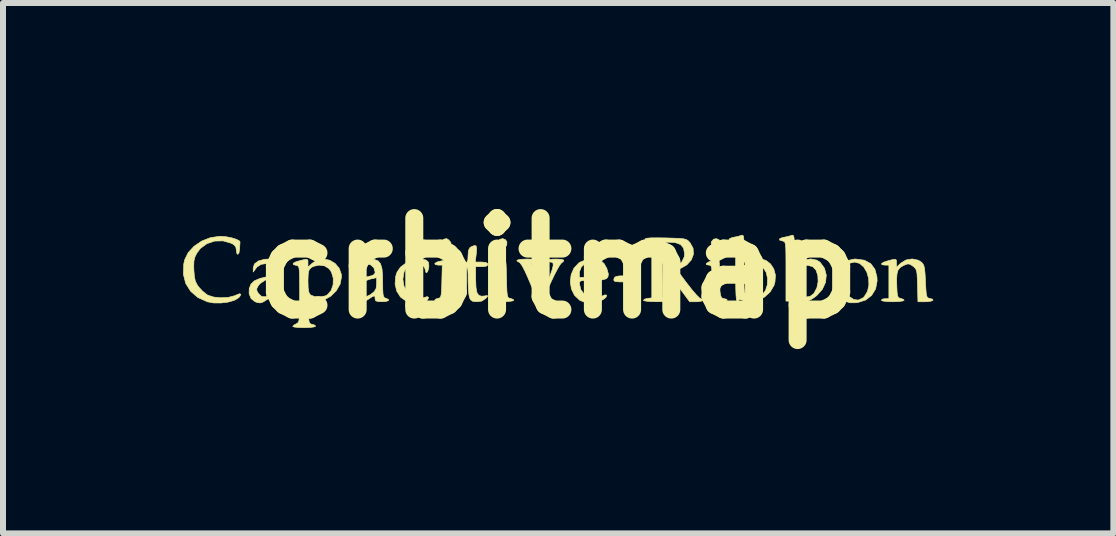
<source format=kicad_pcb>
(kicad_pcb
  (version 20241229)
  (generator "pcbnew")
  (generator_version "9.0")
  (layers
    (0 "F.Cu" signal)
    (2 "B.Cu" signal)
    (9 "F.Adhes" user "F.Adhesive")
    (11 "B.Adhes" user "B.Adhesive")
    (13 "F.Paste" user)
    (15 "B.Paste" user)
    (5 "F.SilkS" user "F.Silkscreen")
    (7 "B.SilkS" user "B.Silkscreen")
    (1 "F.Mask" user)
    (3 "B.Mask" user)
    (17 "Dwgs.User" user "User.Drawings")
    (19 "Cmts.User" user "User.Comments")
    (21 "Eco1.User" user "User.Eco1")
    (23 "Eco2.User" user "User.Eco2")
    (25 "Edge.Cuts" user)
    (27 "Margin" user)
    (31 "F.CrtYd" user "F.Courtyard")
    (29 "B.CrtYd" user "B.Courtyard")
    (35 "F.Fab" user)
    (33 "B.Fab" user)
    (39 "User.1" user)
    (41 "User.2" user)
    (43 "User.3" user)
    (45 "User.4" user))
  (footprint "crbitmap"
    (layer "F.Cu")
    (at 6.247 1.418)
    (property "Reference" "crbitmap" (at 0 0 0) (layer "F.SilkS") (effects (font (size 1.524 1.524) (thickness 0.3))))
    (attr through_hole)
    (fp_poly (pts (xy -0.875 -0.474) (xy -0.852 -0.439) (xy -0.854 -0.388) (xy -0.866 -0.365) (xy -0.918 -0.333) (xy -0.97 -0.341) (xy -1.005 -0.385) (xy -1.004 -0.443) (xy -0.971 -0.48) (xy -0.922 -0.493) (xy -0.875 -0.474)) (stroke (width 0.01) (type solid)) (fill yes) (layer "F.SilkS"))
    (fp_poly (pts (xy 2.685 -0.471) (xy 2.71 -0.427) (xy 2.707 -0.385) (xy 2.671 -0.341) (xy 2.618 -0.333) (xy 2.568 -0.365) (xy 2.551 -0.415) (xy 2.554 -0.439) (xy 2.591 -0.483) (xy 2.64 -0.492) (xy 2.685 -0.471)) (stroke (width 0.01) (type solid)) (fill yes) (layer "F.SilkS"))
    (fp_poly (pts (xy -1.818 -0.468) (xy -1.782 -0.422) (xy -1.789 -0.384) (xy -1.808 -0.361) (xy -1.86 -0.334) (xy -1.916 -0.334) (xy -1.939 -0.347) (xy -1.956 -0.395) (xy -1.94 -0.45) (xy -1.907 -0.482) (xy -1.856 -0.493) (xy -1.818 -0.468)) (stroke (width 0.01) (type solid)) (fill yes) (layer "F.SilkS"))
    (fp_poly (pts (xy 1.24 0.128) (xy 1.31 0.132) (xy 1.344 0.136) (xy 1.346 0.138) (xy 1.338 0.182) (xy 1.308 0.209) (xy 1.246 0.224) (xy 1.145 0.228) (xy 1.117 0.229) (xy 1.018 0.228) (xy 0.96 0.223) (xy 0.934 0.212) (xy 0.929 0.193) (xy 0.932 0.178) (xy 0.944 0.152) (xy 0.971 0.137) (xy 1.023 0.129) (xy 1.111 0.127) (xy 1.146 0.127) (xy 1.24 0.128)) (stroke (width 0.01) (type solid)) (fill yes) (layer "F.SilkS"))
    (fp_poly (pts (xy -0.882 -0.141) (xy -0.872 -0.117) (xy -0.866 -0.067) (xy -0.862 0.018) (xy -0.859 0.144) (xy -0.858 0.169) (xy -0.855 0.303) (xy -0.851 0.394) (xy -0.844 0.451) (xy -0.834 0.483) (xy -0.818 0.498) (xy -0.794 0.503) (xy -0.794 0.503) (xy -0.749 0.519) (xy -0.737 0.535) (xy -0.76 0.546) (xy -0.822 0.555) (xy -0.909 0.559) (xy -0.927 0.559) (xy -1.023 0.556) (xy -1.09 0.547) (xy -1.117 0.535) (xy -1.118 0.533) (xy -1.096 0.514) (xy -1.054 0.508) (xy -0.991 0.508) (xy -0.991 -0.051) (xy -1.054 -0.051) (xy -1.106 -0.06) (xy -1.113 -0.08) (xy -1.076 -0.103) (xy -1.048 -0.111) (xy -0.973 -0.128) (xy -0.922 -0.142) (xy -0.898 -0.147) (xy -0.882 -0.141)) (stroke (width 0.01) (type solid)) (fill yes) (layer "F.SilkS"))
    (fp_poly (pts (xy 2.683 -0.129) (xy 2.688 -0.064) (xy 2.691 0.031) (xy 2.692 0.138) (xy 2.694 0.283) (xy 2.698 0.385) (xy 2.708 0.451) (xy 2.723 0.489) (xy 2.748 0.505) (xy 2.771 0.508) (xy 2.811 0.519) (xy 2.819 0.533) (xy 2.796 0.546) (xy 2.732 0.555) (xy 2.638 0.559) (xy 2.629 0.559) (xy 2.533 0.556) (xy 2.466 0.547) (xy 2.439 0.535) (xy 2.438 0.533) (xy 2.46 0.514) (xy 2.502 0.508) (xy 2.565 0.508) (xy 2.565 0.229) (xy 2.565 0.106) (xy 2.562 0.026) (xy 2.555 -0.021) (xy 2.543 -0.044) (xy 2.524 -0.05) (xy 2.515 -0.051) (xy 2.47 -0.059) (xy 2.47 -0.078) (xy 2.509 -0.104) (xy 2.562 -0.123) (xy 2.628 -0.142) (xy 2.671 -0.152) (xy 2.676 -0.152) (xy 2.683 -0.129)) (stroke (width 0.01) (type solid)) (fill yes) (layer "F.SilkS"))
    (fp_poly (pts (xy -2.212 -0.14) (xy -2.188 -0.129) (xy -2.157 -0.095) (xy -2.152 -0.033) (xy -2.154 -0.014) (xy -2.168 0.045) (xy -2.187 0.075) (xy -2.204 0.067) (xy -2.21 0.026) (xy -2.233 -0.028) (xy -2.294 -0.064) (xy -2.375 -0.076) (xy -2.47 -0.058) (xy -2.535 -0.002) (xy -2.566 0.064) (xy -2.585 0.183) (xy -2.568 0.294) (xy -2.521 0.389) (xy -2.45 0.46) (xy -2.362 0.499) (xy -2.263 0.498) (xy -2.231 0.489) (xy -2.18 0.474) (xy -2.16 0.485) (xy -2.159 0.498) (xy -2.182 0.539) (xy -2.241 0.566) (xy -2.324 0.58) (xy -2.418 0.576) (xy -2.51 0.555) (xy -2.533 0.547) (xy -2.625 0.481) (xy -2.687 0.383) (xy -2.715 0.265) (xy -2.705 0.137) (xy -2.682 0.065) (xy -2.624 -0.018) (xy -2.533 -0.086) (xy -2.424 -0.133) (xy -2.312 -0.153) (xy -2.212 -0.14)) (stroke (width 0.01) (type solid)) (fill yes) (layer "F.SilkS"))
    (fp_poly (pts (xy -1.822 -0.141) (xy -1.812 -0.117) (xy -1.806 -0.067) (xy -1.802 0.018) (xy -1.798 0.144) (xy -1.798 0.169) (xy -1.795 0.303) (xy -1.79 0.394) (xy -1.784 0.451) (xy -1.774 0.483) (xy -1.757 0.498) (xy -1.734 0.503) (xy -1.734 0.503) (xy -1.689 0.519) (xy -1.676 0.535) (xy -1.7 0.546) (xy -1.761 0.555) (xy -1.849 0.559) (xy -1.867 0.559) (xy -1.958 0.556) (xy -2.025 0.548) (xy -2.057 0.537) (xy -2.057 0.535) (xy -2.036 0.514) (xy -2 0.503) (xy -1.975 0.497) (xy -1.958 0.481) (xy -1.948 0.445) (xy -1.941 0.381) (xy -1.937 0.279) (xy -1.936 0.222) (xy -1.929 -0.051) (xy -1.993 -0.051) (xy -2.046 -0.06) (xy -2.053 -0.08) (xy -2.015 -0.103) (xy -1.988 -0.111) (xy -1.913 -0.128) (xy -1.861 -0.142) (xy -1.838 -0.147) (xy -1.822 -0.141)) (stroke (width 0.01) (type solid)) (fill yes) (layer "F.SilkS"))
    (fp_poly (pts (xy 5.103 -0.133) (xy 5.209 -0.076) (xy 5.279 0.018) (xy 5.313 0.146) (xy 5.316 0.212) (xy 5.291 0.345) (xy 5.225 0.453) (xy 5.124 0.531) (xy 4.992 0.573) (xy 4.961 0.576) (xy 4.862 0.576) (xy 4.783 0.551) (xy 4.755 0.534) (xy 4.666 0.45) (xy 4.614 0.339) (xy 4.602 0.209) (xy 4.61 0.17) (xy 4.75 0.17) (xy 4.764 0.296) (xy 4.803 0.401) (xy 4.86 0.478) (xy 4.929 0.523) (xy 5.004 0.531) (xy 5.079 0.495) (xy 5.102 0.474) (xy 5.156 0.386) (xy 5.179 0.282) (xy 5.175 0.173) (xy 5.145 0.068) (xy 5.094 -0.019) (xy 5.024 -0.08) (xy 4.94 -0.102) (xy 4.85 -0.08) (xy 4.789 -0.017) (xy 4.756 0.087) (xy 4.75 0.17) (xy 4.61 0.17) (xy 4.632 0.069) (xy 4.638 0.052) (xy 4.705 -0.054) (xy 4.806 -0.123) (xy 4.935 -0.152) (xy 4.964 -0.152) (xy 5.103 -0.133)) (stroke (width 0.01) (type solid)) (fill yes) (layer "F.SilkS"))
    (fp_poly (pts (xy -1.365 -0.371) (xy -1.356 -0.327) (xy -1.362 -0.241) (xy -1.379 -0.102) (xy -1.273 -0.102) (xy -1.202 -0.096) (xy -1.171 -0.076) (xy -1.168 -0.064) (xy -1.185 -0.037) (xy -1.241 -0.026) (xy -1.27 -0.025) (xy -1.372 -0.025) (xy -1.372 0.189) (xy -1.367 0.318) (xy -1.352 0.403) (xy -1.323 0.45) (xy -1.277 0.467) (xy -1.227 0.463) (xy -1.178 0.456) (xy -1.173 0.468) (xy -1.204 0.504) (xy -1.27 0.548) (xy -1.351 0.559) (xy -1.419 0.553) (xy -1.456 0.528) (xy -1.474 0.494) (xy -1.485 0.439) (xy -1.494 0.35) (xy -1.498 0.242) (xy -1.499 0.202) (xy -1.499 0.093) (xy -1.503 0.026) (xy -1.513 -0.009) (xy -1.53 -0.023) (xy -1.549 -0.025) (xy -1.591 -0.035) (xy -1.6 -0.048) (xy -1.579 -0.072) (xy -1.549 -0.084) (xy -1.517 -0.102) (xy -1.502 -0.143) (xy -1.499 -0.213) (xy -1.493 -0.293) (xy -1.471 -0.339) (xy -1.449 -0.355) (xy -1.394 -0.378) (xy -1.365 -0.371)) (stroke (width 0.01) (type solid)) (fill yes) (layer "F.SilkS"))
    (fp_poly (pts (xy 0.668 -0.143) (xy 0.713 -0.126) (xy 0.768 -0.075) (xy 0.813 0.005) (xy 0.837 0.091) (xy 0.838 0.11) (xy 0.83 0.15) (xy 0.802 0.177) (xy 0.745 0.193) (xy 0.651 0.201) (xy 0.54 0.203) (xy 0.444 0.204) (xy 0.389 0.21) (xy 0.363 0.223) (xy 0.356 0.247) (xy 0.356 0.255) (xy 0.378 0.355) (xy 0.437 0.434) (xy 0.522 0.484) (xy 0.62 0.498) (xy 0.713 0.473) (xy 0.78 0.445) (xy 0.81 0.449) (xy 0.8 0.482) (xy 0.8 0.484) (xy 0.756 0.52) (xy 0.68 0.554) (xy 0.593 0.577) (xy 0.528 0.584) (xy 0.449 0.57) (xy 0.367 0.537) (xy 0.36 0.533) (xy 0.275 0.453) (xy 0.223 0.348) (xy 0.204 0.229) (xy 0.218 0.109) (xy 0.23 0.081) (xy 0.356 0.081) (xy 0.356 0.152) (xy 0.71 0.152) (xy 0.694 0.07) (xy 0.658 -0.03) (xy 0.597 -0.087) (xy 0.53 -0.102) (xy 0.451 -0.079) (xy 0.388 -0.02) (xy 0.357 0.06) (xy 0.356 0.081) (xy 0.23 0.081) (xy 0.265 -0.000495) (xy 0.345 -0.086) (xy 0.362 -0.098) (xy 0.457 -0.137) (xy 0.567 -0.152) (xy 0.668 -0.143)) (stroke (width 0.01) (type solid)) (fill yes) (layer "F.SilkS"))
    (fp_poly (pts (xy -5.524 -0.523) (xy -5.434 -0.505) (xy -5.358 -0.481) (xy -5.309 -0.455) (xy -5.298 -0.438) (xy -5.301 -0.392) (xy -5.305 -0.324) (xy -5.305 -0.318) (xy -5.316 -0.254) (xy -5.335 -0.23) (xy -5.352 -0.248) (xy -5.359 -0.302) (xy -5.37 -0.358) (xy -5.411 -0.398) (xy -5.446 -0.416) (xy -5.581 -0.455) (xy -5.719 -0.452) (xy -5.848 -0.409) (xy -5.957 -0.331) (xy -6.019 -0.249) (xy -6.05 -0.185) (xy -6.066 -0.119) (xy -6.069 -0.033) (xy -6.067 0.036) (xy -6.058 0.143) (xy -6.042 0.217) (xy -6.012 0.277) (xy -5.986 0.314) (xy -5.923 0.382) (xy -5.852 0.439) (xy -5.834 0.45) (xy -5.738 0.481) (xy -5.616 0.493) (xy -5.492 0.486) (xy -5.387 0.459) (xy -5.366 0.449) (xy -5.307 0.426) (xy -5.284 0.434) (xy -5.301 0.47) (xy -5.322 0.493) (xy -5.392 0.535) (xy -5.496 0.565) (xy -5.617 0.58) (xy -5.74 0.579) (xy -5.842 0.56) (xy -6 0.489) (xy -6.121 0.385) (xy -6.203 0.254) (xy -6.242 0.101) (xy -6.236 -0.068) (xy -6.22 -0.14) (xy -6.162 -0.259) (xy -6.064 -0.365) (xy -5.938 -0.451) (xy -5.793 -0.508) (xy -5.64 -0.531) (xy -5.615 -0.531) (xy -5.524 -0.523)) (stroke (width 0.01) (type solid)) (fill yes) (layer "F.SilkS"))
    (fp_poly (pts (xy 0.053 -0.148) (xy 0.095 -0.135) (xy 0.09 -0.112) (xy 0.055 -0.085) (xy 0.03 -0.053) (xy -0.01 0.015) (xy -0.059 0.109) (xy -0.111 0.217) (xy -0.162 0.329) (xy -0.207 0.434) (xy -0.237 0.514) (xy -0.268 0.554) (xy -0.309 0.551) (xy -0.351 0.508) (xy -0.368 0.476) (xy -0.393 0.417) (xy -0.431 0.326) (xy -0.477 0.218) (xy -0.505 0.152) (xy -0.554 0.044) (xy -0.598 -0.039) (xy -0.633 -0.088) (xy -0.646 -0.097) (xy -0.681 -0.117) (xy -0.686 -0.129) (xy -0.663 -0.14) (xy -0.601 -0.149) (xy -0.515 -0.152) (xy -0.508 -0.152) (xy -0.417 -0.149) (xy -0.354 -0.14) (xy -0.33 -0.127) (xy -0.33 -0.127) (xy -0.351 -0.106) (xy -0.38 -0.102) (xy -0.426 -0.093) (xy -0.44 -0.083) (xy -0.436 -0.052) (xy -0.416 0.014) (xy -0.384 0.105) (xy -0.356 0.176) (xy -0.313 0.285) (xy -0.281 0.352) (xy -0.254 0.375) (xy -0.228 0.355) (xy -0.197 0.291) (xy -0.154 0.18) (xy -0.138 0.138) (xy -0.099 0.028) (xy -0.081 -0.043) (xy -0.083 -0.083) (xy -0.106 -0.1) (xy -0.127 -0.102) (xy -0.168 -0.112) (xy -0.178 -0.127) (xy -0.155 -0.141) (xy -0.096 -0.15) (xy -0.038 -0.152) (xy 0.053 -0.148)) (stroke (width 0.01) (type solid)) (fill yes) (layer "F.SilkS"))
    (fp_poly (pts (xy 3.925 -0.537) (xy 3.933 -0.5) (xy 3.936 -0.429) (xy 3.937 -0.317) (xy 3.937 -0.293) (xy 3.937 -0.021) (xy 4.015 -0.087) (xy 4.108 -0.138) (xy 4.211 -0.154) (xy 4.309 -0.135) (xy 4.366 -0.099) (xy 4.439 0.001) (xy 4.469 0.115) (xy 4.457 0.235) (xy 4.404 0.351) (xy 4.311 0.455) (xy 4.278 0.481) (xy 4.216 0.522) (xy 4.163 0.545) (xy 4.099 0.554) (xy 4.006 0.554) (xy 3.983 0.554) (xy 3.797 0.548) (xy 3.797 0.24) (xy 3.937 0.24) (xy 3.941 0.352) (xy 3.957 0.423) (xy 3.993 0.463) (xy 4.055 0.479) (xy 4.119 0.482) (xy 4.199 0.47) (xy 4.256 0.427) (xy 4.265 0.417) (xy 4.312 0.328) (xy 4.333 0.224) (xy 4.328 0.122) (xy 4.299 0.034) (xy 4.245 -0.024) (xy 4.241 -0.026) (xy 4.155 -0.049) (xy 4.064 -0.041) (xy 3.991 -0.003) (xy 3.988 0) (xy 3.96 0.037) (xy 3.945 0.088) (xy 3.938 0.167) (xy 3.937 0.24) (xy 3.797 0.24) (xy 3.797 0.052) (xy 3.797 -0.118) (xy 3.796 -0.245) (xy 3.794 -0.333) (xy 3.789 -0.392) (xy 3.781 -0.426) (xy 3.77 -0.443) (xy 3.753 -0.45) (xy 3.74 -0.453) (xy 3.692 -0.468) (xy 3.69 -0.488) (xy 3.733 -0.508) (xy 3.766 -0.515) (xy 3.838 -0.53) (xy 3.893 -0.547) (xy 3.912 -0.55) (xy 3.925 -0.537)) (stroke (width 0.01) (type solid)) (fill yes) (layer "F.SilkS"))
    (fp_poly (pts (xy -3.059 -0.145) (xy -2.997 -0.121) (xy -2.957 -0.072) (xy -2.933 0.009) (xy -2.923 0.128) (xy -2.921 0.242) (xy -2.92 0.356) (xy -2.916 0.429) (xy -2.907 0.471) (xy -2.891 0.492) (xy -2.87 0.501) (xy -2.825 0.52) (xy -2.825 0.54) (xy -2.866 0.554) (xy -2.934 0.559) (xy -3.005 0.555) (xy -3.039 0.542) (xy -3.048 0.512) (xy -3.048 0.508) (xy -3.05 0.472) (xy -3.064 0.462) (xy -3.1 0.478) (xy -3.165 0.521) (xy -3.235 0.564) (xy -3.285 0.58) (xy -3.338 0.571) (xy -3.372 0.558) (xy -3.429 0.511) (xy -3.465 0.436) (xy -3.471 0.354) (xy -3.327 0.354) (xy -3.31 0.434) (xy -3.264 0.475) (xy -3.195 0.474) (xy -3.124 0.44) (xy -3.061 0.389) (xy -3.031 0.338) (xy -3.023 0.263) (xy -3.023 0.25) (xy -3.023 0.158) (xy -3.13 0.182) (xy -3.242 0.221) (xy -3.307 0.279) (xy -3.327 0.354) (xy -3.471 0.354) (xy -3.471 0.353) (xy -3.468 0.338) (xy -3.421 0.253) (xy -3.328 0.189) (xy -3.196 0.147) (xy -3.111 0.127) (xy -3.066 0.107) (xy -3.049 0.079) (xy -3.048 0.062) (xy -3.069 -0.008) (xy -3.122 -0.055) (xy -3.194 -0.075) (xy -3.271 -0.064) (xy -3.337 -0.021) (xy -3.35 -0.006) (xy -3.402 0.064) (xy -3.403 -0.006) (xy -3.38 -0.071) (xy -3.316 -0.12) (xy -3.217 -0.147) (xy -3.145 -0.152) (xy -3.059 -0.145)) (stroke (width 0.01) (type solid)) (fill yes) (layer "F.SilkS"))
    (fp_poly (pts (xy 3.087 -0.537) (xy 3.094 -0.5) (xy 3.098 -0.429) (xy 3.099 -0.317) (xy 3.099 -0.293) (xy 3.099 -0.021) (xy 3.177 -0.087) (xy 3.275 -0.143) (xy 3.373 -0.156) (xy 3.463 -0.13) (xy 3.539 -0.072) (xy 3.594 0.011) (xy 3.622 0.115) (xy 3.614 0.231) (xy 3.597 0.289) (xy 3.534 0.395) (xy 3.443 0.479) (xy 3.334 0.536) (xy 3.219 0.562) (xy 3.11 0.549) (xy 3.073 0.533) (xy 3.025 0.522) (xy 3.01 0.533) (xy 2.993 0.553) (xy 2.981 0.549) (xy 2.971 0.515) (xy 2.965 0.448) (xy 2.961 0.342) (xy 2.96 0.229) (xy 3.099 0.229) (xy 3.101 0.334) (xy 3.108 0.4) (xy 3.124 0.438) (xy 3.143 0.455) (xy 3.226 0.479) (xy 3.321 0.474) (xy 3.397 0.444) (xy 3.455 0.375) (xy 3.486 0.279) (xy 3.491 0.172) (xy 3.468 0.071) (xy 3.425 0.002) (xy 3.355 -0.04) (xy 3.266 -0.049) (xy 3.177 -0.025) (xy 3.155 -0.011) (xy 3.127 0.014) (xy 3.11 0.05) (xy 3.101 0.107) (xy 3.099 0.2) (xy 3.099 0.229) (xy 2.96 0.229) (xy 2.959 0.194) (xy 2.959 0.057) (xy 2.959 -0.114) (xy 2.958 -0.241) (xy 2.956 -0.331) (xy 2.951 -0.39) (xy 2.943 -0.425) (xy 2.932 -0.443) (xy 2.916 -0.45) (xy 2.902 -0.453) (xy 2.853 -0.468) (xy 2.852 -0.488) (xy 2.895 -0.508) (xy 2.927 -0.515) (xy 3 -0.53) (xy 3.054 -0.547) (xy 3.074 -0.55) (xy 3.087 -0.537)) (stroke (width 0.01) (type solid)) (fill yes) (layer "F.SilkS"))
    (fp_poly (pts (xy 6.001 -0.133) (xy 6.049 -0.104) (xy 6.076 -0.078) (xy 6.094 -0.045) (xy 6.106 0.006) (xy 6.114 0.085) (xy 6.121 0.202) (xy 6.121 0.22) (xy 6.128 0.341) (xy 6.134 0.421) (xy 6.144 0.468) (xy 6.158 0.492) (xy 6.18 0.501) (xy 6.191 0.503) (xy 6.241 0.517) (xy 6.247 0.534) (xy 6.215 0.549) (xy 6.15 0.558) (xy 6.122 0.559) (xy 5.996 0.559) (xy 5.989 0.288) (xy 5.985 0.168) (xy 5.98 0.087) (xy 5.97 0.036) (xy 5.953 0.003) (xy 5.927 -0.022) (xy 5.912 -0.034) (xy 5.863 -0.066) (xy 5.824 -0.071) (xy 5.77 -0.051) (xy 5.754 -0.044) (xy 5.701 -0.012) (xy 5.666 0.029) (xy 5.648 0.09) (xy 5.641 0.181) (xy 5.644 0.305) (xy 5.649 0.403) (xy 5.657 0.46) (xy 5.672 0.49) (xy 5.697 0.501) (xy 5.709 0.503) (xy 5.753 0.519) (xy 5.766 0.535) (xy 5.742 0.546) (xy 5.681 0.555) (xy 5.593 0.559) (xy 5.575 0.559) (xy 5.479 0.556) (xy 5.412 0.547) (xy 5.385 0.535) (xy 5.385 0.533) (xy 5.407 0.514) (xy 5.448 0.508) (xy 5.512 0.508) (xy 5.512 -0.051) (xy 5.448 -0.051) (xy 5.396 -0.058) (xy 5.389 -0.076) (xy 5.423 -0.099) (xy 5.496 -0.123) (xy 5.498 -0.124) (xy 5.577 -0.144) (xy 5.619 -0.148) (xy 5.636 -0.135) (xy 5.639 -0.1) (xy 5.639 -0.084) (xy 5.639 -0.016) (xy 5.71 -0.084) (xy 5.798 -0.137) (xy 5.901 -0.154) (xy 6.001 -0.133)) (stroke (width 0.01) (type solid)) (fill yes) (layer "F.SilkS"))
    (fp_poly (pts (xy -4.736 -0.146) (xy -4.683 -0.121) (xy -4.65 -0.085) (xy -4.625 -0.047) (xy -4.61 -0.000395) (xy -4.601 0.067) (xy -4.598 0.166) (xy -4.597 0.234) (xy -4.597 0.35) (xy -4.593 0.425) (xy -4.584 0.469) (xy -4.569 0.491) (xy -4.547 0.501) (xy -4.501 0.52) (xy -4.501 0.54) (xy -4.542 0.554) (xy -4.61 0.559) (xy -4.682 0.555) (xy -4.715 0.542) (xy -4.724 0.512) (xy -4.724 0.508) (xy -4.728 0.471) (xy -4.744 0.461) (xy -4.783 0.48) (xy -4.846 0.521) (xy -4.914 0.564) (xy -4.963 0.579) (xy -5.011 0.572) (xy -5.047 0.559) (xy -5.114 0.506) (xy -5.147 0.424) (xy -5.145 0.341) (xy -5.02 0.341) (xy -5.016 0.38) (xy -4.993 0.419) (xy -4.939 0.472) (xy -4.873 0.476) (xy -4.794 0.432) (xy -4.791 0.43) (xy -4.743 0.377) (xy -4.725 0.308) (xy -4.724 0.278) (xy -4.729 0.212) (xy -4.747 0.183) (xy -4.774 0.178) (xy -4.878 0.199) (xy -4.965 0.257) (xy -4.993 0.291) (xy -5.02 0.341) (xy -5.145 0.341) (xy -5.145 0.341) (xy -5.117 0.267) (xy -5.061 0.212) (xy -4.968 0.171) (xy -4.871 0.147) (xy -4.787 0.127) (xy -4.742 0.106) (xy -4.726 0.079) (xy -4.724 0.062) (xy -4.745 -0.008) (xy -4.799 -0.055) (xy -4.871 -0.075) (xy -4.947 -0.064) (xy -5.014 -0.021) (xy -5.026 -0.006) (xy -5.078 0.064) (xy -5.079 -0.006) (xy -5.057 -0.072) (xy -4.992 -0.12) (xy -4.891 -0.148) (xy -4.816 -0.152) (xy -4.736 -0.146)) (stroke (width 0.01) (type solid)) (fill yes) (layer "F.SilkS"))
    (fp_poly (pts (xy 1.793 -0.504) (xy 1.931 -0.5) (xy 2.028 -0.496) (xy 2.093 -0.489) (xy 2.136 -0.477) (xy 2.165 -0.46) (xy 2.19 -0.434) (xy 2.199 -0.424) (xy 2.25 -0.331) (xy 2.256 -0.232) (xy 2.22 -0.137) (xy 2.146 -0.056) (xy 2.065 -0.009) (xy 2.01 0.018) (xy 1.996 0.041) (xy 2.012 0.071) (xy 2.133 0.233) (xy 2.232 0.36) (xy 2.308 0.448) (xy 2.359 0.498) (xy 2.378 0.508) (xy 2.41 0.523) (xy 2.413 0.533) (xy 2.39 0.549) (xy 2.333 0.558) (xy 2.303 0.559) (xy 2.193 0.559) (xy 1.985 0.279) (xy 1.91 0.176) (xy 1.847 0.088) (xy 1.801 0.024) (xy 1.779 -0.01) (xy 1.778 -0.013) (xy 1.801 -0.021) (xy 1.857 -0.025) (xy 1.881 -0.025) (xy 1.986 -0.046) (xy 2.063 -0.104) (xy 2.104 -0.192) (xy 2.108 -0.24) (xy 2.092 -0.333) (xy 2.042 -0.394) (xy 1.953 -0.426) (xy 1.866 -0.432) (xy 1.726 -0.432) (xy 1.74 0.495) (xy 1.81 0.503) (xy 1.86 0.517) (xy 1.88 0.535) (xy 1.856 0.546) (xy 1.793 0.554) (xy 1.702 0.558) (xy 1.651 0.559) (xy 1.55 0.556) (xy 1.472 0.55) (xy 1.428 0.54) (xy 1.422 0.535) (xy 1.444 0.515) (xy 1.492 0.503) (xy 1.562 0.495) (xy 1.562 0.025) (xy 1.562 -0.14) (xy 1.561 -0.261) (xy 1.558 -0.345) (xy 1.553 -0.399) (xy 1.544 -0.43) (xy 1.532 -0.445) (xy 1.514 -0.451) (xy 1.505 -0.453) (xy 1.46 -0.469) (xy 1.448 -0.487) (xy 1.473 -0.498) (xy 1.547 -0.505) (xy 1.668 -0.506) (xy 1.793 -0.504)) (stroke (width 0.01) (type solid)) (fill yes) (layer "F.SilkS"))
    (fp_poly (pts (xy -3.803 -0.132) (xy -3.714 -0.079) (xy -3.646 0.001) (xy -3.61 0.102) (xy -3.607 0.143) (xy -3.63 0.264) (xy -3.694 0.375) (xy -3.788 0.468) (xy -3.901 0.531) (xy -4.023 0.556) (xy -4.053 0.555) (xy -4.168 0.546) (xy -4.16 0.736) (xy -4.155 0.834) (xy -4.147 0.892) (xy -4.133 0.921) (xy -4.108 0.933) (xy -4.096 0.935) (xy -4.051 0.95) (xy -4.039 0.967) (xy -4.062 0.978) (xy -4.124 0.987) (xy -4.211 0.99) (xy -4.229 0.991) (xy -4.32 0.988) (xy -4.388 0.982) (xy -4.419 0.973) (xy -4.42 0.971) (xy -4.399 0.947) (xy -4.362 0.927) (xy -4.342 0.916) (xy -4.328 0.901) (xy -4.317 0.873) (xy -4.311 0.825) (xy -4.307 0.751) (xy -4.306 0.642) (xy -4.305 0.493) (xy -4.305 0.432) (xy -4.305 0.267) (xy -4.306 0.221) (xy -4.166 0.221) (xy -4.163 0.326) (xy -4.154 0.393) (xy -4.136 0.432) (xy -4.121 0.447) (xy -4.051 0.475) (xy -3.961 0.479) (xy -3.875 0.461) (xy -3.843 0.444) (xy -3.78 0.372) (xy -3.747 0.274) (xy -3.745 0.166) (xy -3.775 0.065) (xy -3.815 0.008) (xy -3.889 -0.038) (xy -3.983 -0.051) (xy -4.076 -0.03) (xy -4.109 -0.011) (xy -4.138 0.015) (xy -4.155 0.051) (xy -4.163 0.111) (xy -4.166 0.207) (xy -4.166 0.221) (xy -4.306 0.221) (xy -4.306 0.146) (xy -4.309 0.061) (xy -4.314 0.007) (xy -4.323 -0.024) (xy -4.336 -0.039) (xy -4.353 -0.045) (xy -4.362 -0.046) (xy -4.411 -0.061) (xy -4.412 -0.082) (xy -4.367 -0.106) (xy -4.307 -0.124) (xy -4.227 -0.144) (xy -4.185 -0.148) (xy -4.168 -0.135) (xy -4.166 -0.1) (xy -4.166 -0.084) (xy -4.166 -0.016) (xy -4.094 -0.084) (xy -4.004 -0.14) (xy -3.904 -0.154) (xy -3.803 -0.132)) (stroke (width 0.01) (type solid)) (fill yes) (layer "F.SilkS")))
  (gr_rect
    (start -3 -3)
    (end 15.499 5.836)
    (stroke (width 0.1) (type default))
    (fill no)
    (layer "Edge.Cuts")))
</source>
